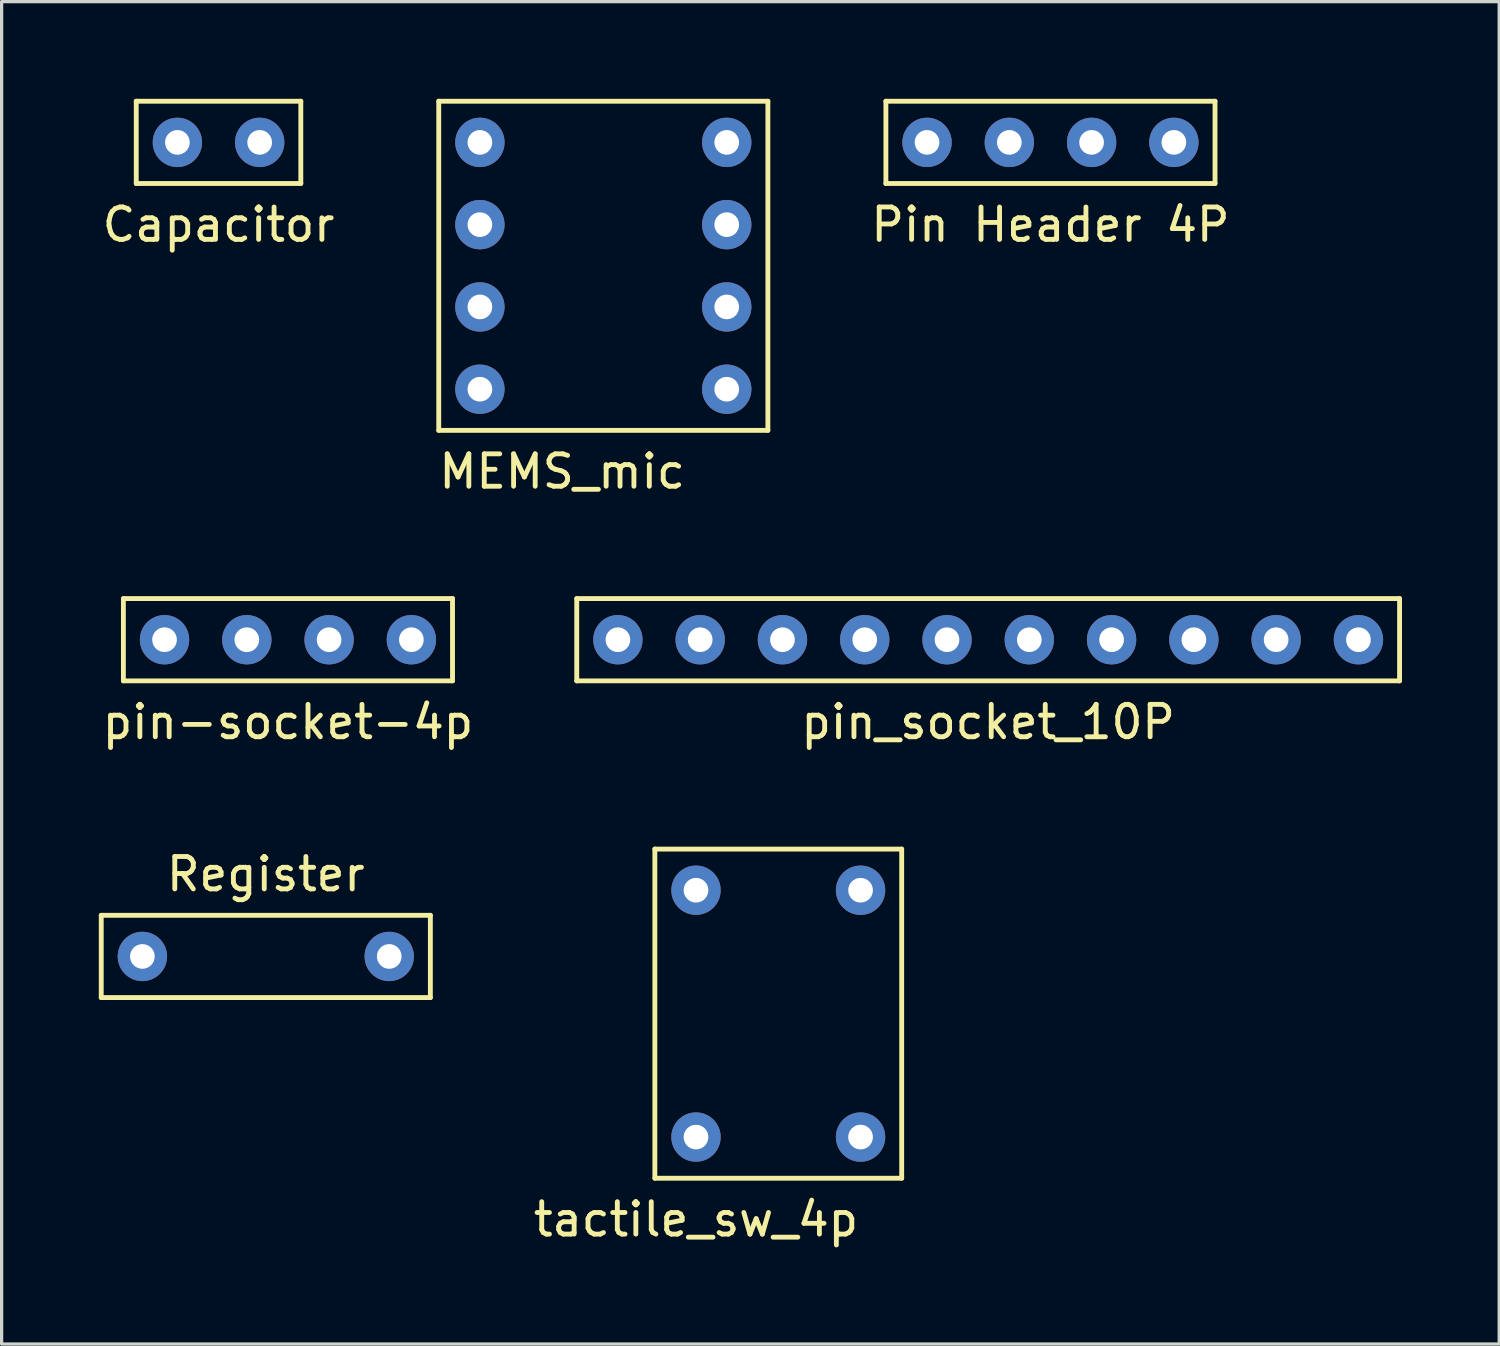
<source format=kicad_pcb>
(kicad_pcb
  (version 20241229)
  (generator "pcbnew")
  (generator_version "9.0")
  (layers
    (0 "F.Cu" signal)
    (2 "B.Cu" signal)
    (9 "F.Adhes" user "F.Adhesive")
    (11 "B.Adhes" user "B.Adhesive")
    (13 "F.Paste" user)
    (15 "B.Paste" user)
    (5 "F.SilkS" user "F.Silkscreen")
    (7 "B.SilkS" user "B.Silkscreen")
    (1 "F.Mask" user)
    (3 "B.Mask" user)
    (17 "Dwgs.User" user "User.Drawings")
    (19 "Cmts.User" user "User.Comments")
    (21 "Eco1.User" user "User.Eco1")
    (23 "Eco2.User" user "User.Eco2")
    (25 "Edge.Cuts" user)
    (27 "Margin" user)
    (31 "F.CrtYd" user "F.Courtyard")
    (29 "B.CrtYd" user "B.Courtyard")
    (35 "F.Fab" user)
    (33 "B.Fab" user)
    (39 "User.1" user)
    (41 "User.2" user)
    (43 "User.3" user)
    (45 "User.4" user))
  (footprint "pin_socket_10P"
    (layer "F.Cu")
    (at 27.454 16.698)
    (property "Reference" "pin_socket_10P" (at 0 2.54 0) (layer "F.SilkS") (effects (font (size 1 1) (thickness 0.15))))
    (attr through_hole)
    (fp_line (start -12.7 -1.27) (end -12.7 1.27) (stroke (width 0.15) (type solid)) (layer "F.SilkS"))
    (fp_line (start -12.7 1.27) (end 12.7 1.27) (stroke (width 0.15) (type solid)) (layer "F.SilkS"))
    (fp_line (start 12.7 -1.27) (end -12.7 -1.27) (stroke (width 0.15) (type solid)) (layer "F.SilkS"))
    (fp_line (start 12.7 1.27) (end 12.7 -1.27) (stroke (width 0.15) (type solid)) (layer "F.SilkS"))
    (pad "1" thru_hole circle (at -11.43 0) (size 1.524 1.524) (drill 0.762) (layers "*.Cu" "*.Mask"))
    (pad "2" thru_hole circle (at -8.89 0) (size 1.524 1.524) (drill 0.762) (layers "*.Cu" "*.Mask"))
    (pad "3" thru_hole circle (at -6.35 0) (size 1.524 1.524) (drill 0.762) (layers "*.Cu" "*.Mask"))
    (pad "4" thru_hole circle (at -3.81 0) (size 1.524 1.524) (drill 0.762) (layers "*.Cu" "*.Mask"))
    (pad "5" thru_hole circle (at -1.27 0) (size 1.524 1.524) (drill 0.762) (layers "*.Cu" "*.Mask"))
    (pad "6" thru_hole circle (at 1.27 0) (size 1.524 1.524) (drill 0.762) (layers "*.Cu" "*.Mask"))
    (pad "7" thru_hole circle (at 3.81 0) (size 1.524 1.524) (drill 0.762) (layers "*.Cu" "*.Mask"))
    (pad "8" thru_hole circle (at 6.35 0) (size 1.524 1.524) (drill 0.762) (layers "*.Cu" "*.Mask"))
    (pad "9" thru_hole circle (at 8.89 0) (size 1.524 1.524) (drill 0.762) (layers "*.Cu" "*.Mask"))
    (pad "10" thru_hole circle (at 11.43 0) (size 1.524 1.524) (drill 0.762) (layers "*.Cu" "*.Mask")))
  (footprint "tactile_sw_4p"
    (layer "F.Cu")
    (at 20.975 28.241)
    (property "Reference" "tactile_sw_4p" (at -2.54 6.35 0) (layer "F.SilkS") (effects (font (size 1 1) (thickness 0.15))))
    (attr through_hole)
    (fp_line (start -3.81 -5.08) (end -3.81 5.08) (stroke (width 0.15) (type solid)) (layer "F.SilkS"))
    (fp_line (start -3.81 5.08) (end 3.81 5.08) (stroke (width 0.15) (type solid)) (layer "F.SilkS"))
    (fp_line (start 3.81 -5.08) (end -3.81 -5.08) (stroke (width 0.15) (type solid)) (layer "F.SilkS"))
    (fp_line (start 3.81 5.08) (end 3.81 -5.08) (stroke (width 0.15) (type solid)) (layer "F.SilkS"))
    (pad "1" thru_hole circle (at 2.54 -3.81) (size 1.524 1.524) (drill 0.762) (layers "*.Cu" "*.Mask"))
    (pad "2" thru_hole circle (at 2.54 3.81) (size 1.524 1.524) (drill 0.762) (layers "*.Cu" "*.Mask"))
    (pad "3" thru_hole circle (at -2.54 -3.81) (size 1.524 1.524) (drill 0.762) (layers "*.Cu" "*.Mask"))
    (pad "4" thru_hole circle (at -2.54 3.81) (size 1.524 1.524) (drill 0.762) (layers "*.Cu" "*.Mask")))
  (footprint "MEMS_mic"
    (layer "F.Cu")
    (at 15.574 5.155)
    (property "Reference" "MEMS_mic" (at -1.27 6.35 0) (layer "F.SilkS") (effects (font (size 1 1) (thickness 0.15))))
    (attr through_hole)
    (fp_line (start -5.08 -5.08) (end -5.08 5.08) (stroke (width 0.15) (type solid)) (layer "F.SilkS"))
    (fp_line (start -5.08 5.08) (end 5.08 5.08) (stroke (width 0.15) (type solid)) (layer "F.SilkS"))
    (fp_line (start 5.08 -5.08) (end -5.08 -5.08) (stroke (width 0.15) (type solid)) (layer "F.SilkS"))
    (fp_line (start 5.08 5.08) (end 5.08 -5.08) (stroke (width 0.15) (type solid)) (layer "F.SilkS"))
    (pad "1" thru_hole circle (at -3.81 -3.81) (size 1.524 1.524) (drill 0.762) (layers "*.Cu" "*.Mask"))
    (pad "2" thru_hole circle (at -3.81 -1.27) (size 1.524 1.524) (drill 0.762) (layers "*.Cu" "*.Mask"))
    (pad "3" thru_hole circle (at -3.81 1.27) (size 1.524 1.524) (drill 0.762) (layers "*.Cu" "*.Mask"))
    (pad "4" thru_hole circle (at -3.81 3.81) (size 1.524 1.524) (drill 0.762) (layers "*.Cu" "*.Mask"))
    (pad "5" thru_hole circle (at 3.81 3.81) (size 1.524 1.524) (drill 0.762) (layers "*.Cu" "*.Mask"))
    (pad "6" thru_hole circle (at 3.81 1.27) (size 1.524 1.524) (drill 0.762) (layers "*.Cu" "*.Mask"))
    (pad "7" thru_hole circle (at 3.81 -1.27) (size 1.524 1.524) (drill 0.762) (layers "*.Cu" "*.Mask"))
    (pad "8" thru_hole circle (at 3.81 -3.81) (size 1.524 1.524) (drill 0.762) (layers "*.Cu" "*.Mask")))
  (footprint "Register"
    (layer "F.Cu")
    (at 5.155 26.475)
    (property "Reference" "Register" (at 0 -2.54 0) (layer "F.SilkS") (effects (font (size 1 1) (thickness 0.15))))
    (attr through_hole)
    (fp_line (start -5.08 -1.27) (end -5.08 1.27) (stroke (width 0.15) (type solid)) (layer "F.SilkS"))
    (fp_line (start -5.08 -1.27) (end 5.08 -1.27) (stroke (width 0.15) (type solid)) (layer "F.SilkS"))
    (fp_line (start -5.08 1.27) (end 5.08 1.27) (stroke (width 0.15) (type solid)) (layer "F.SilkS"))
    (fp_line (start 5.08 1.27) (end 5.08 -1.27) (stroke (width 0.15) (type solid)) (layer "F.SilkS"))
    (pad "1" thru_hole circle (at -3.81 0) (size 1.524 1.524) (drill 0.762) (layers "*.Cu" "*.Mask"))
    (pad "2" thru_hole circle (at 3.81 0) (size 1.524 1.524) (drill 0.762) (layers "*.Cu" "*.Mask")))
  (footprint "pin-socket-4p"
    (layer "F.Cu")
    (at 5.839 16.698)
    (property "Reference" "pin-socket-4p" (at 0 2.54 0) (layer "F.SilkS") (effects (font (size 1 1) (thickness 0.15))))
    (attr through_hole)
    (fp_line (start -5.08 -1.27) (end -5.08 1.27) (stroke (width 0.15) (type solid)) (layer "F.SilkS"))
    (fp_line (start -5.08 1.27) (end 5.08 1.27) (stroke (width 0.15) (type solid)) (layer "F.SilkS"))
    (fp_line (start 5.08 -1.27) (end -5.08 -1.27) (stroke (width 0.15) (type solid)) (layer "F.SilkS"))
    (fp_line (start 5.08 1.27) (end 5.08 -1.27) (stroke (width 0.15) (type solid)) (layer "F.SilkS"))
    (pad "1" thru_hole circle (at -3.81 0) (size 1.524 1.524) (drill 0.762) (layers "*.Cu" "*.Mask"))
    (pad "2" thru_hole circle (at -1.27 0) (size 1.524 1.524) (drill 0.762) (layers "*.Cu" "*.Mask"))
    (pad "3" thru_hole circle (at 1.27 0) (size 1.524 1.524) (drill 0.762) (layers "*.Cu" "*.Mask"))
    (pad "4" thru_hole circle (at 3.81 0) (size 1.524 1.524) (drill 0.762) (layers "*.Cu" "*.Mask")))
  (footprint "Pin Header 4P"
    (layer "F.Cu")
    (at 29.377 1.345)
    (property "Reference" "Pin Header 4P" (at 0 2.54 0) (layer "F.SilkS") (effects (font (size 1 1) (thickness 0.15))))
    (attr through_hole)
    (fp_line (start -5.08 -1.27) (end -5.08 1.27) (stroke (width 0.15) (type solid)) (layer "F.SilkS"))
    (fp_line (start -5.08 1.27) (end 5.08 1.27) (stroke (width 0.15) (type solid)) (layer "F.SilkS"))
    (fp_line (start 5.08 -1.27) (end -5.08 -1.27) (stroke (width 0.15) (type solid)) (layer "F.SilkS"))
    (fp_line (start 5.08 1.27) (end 5.08 -1.27) (stroke (width 0.15) (type solid)) (layer "F.SilkS"))
    (pad "1" thru_hole circle (at -3.81 0) (size 1.524 1.524) (drill 0.762) (layers "*.Cu" "*.Mask"))
    (pad "2" thru_hole circle (at -1.27 0) (size 1.524 1.524) (drill 0.762) (layers "*.Cu" "*.Mask"))
    (pad "3" thru_hole circle (at 1.27 0) (size 1.524 1.524) (drill 0.762) (layers "*.Cu" "*.Mask"))
    (pad "4" thru_hole circle (at 3.81 0) (size 1.524 1.524) (drill 0.762) (layers "*.Cu" "*.Mask")))
  (footprint "Capacitor"
    (layer "F.Cu")
    (at 3.696 1.345)
    (property "Reference" "Capacitor" (at 0 2.54 0) (layer "F.SilkS") (effects (font (size 1 1) (thickness 0.15))))
    (attr through_hole)
    (fp_line (start -2.54 -1.27) (end -2.54 1.27) (stroke (width 0.15) (type solid)) (layer "F.SilkS"))
    (fp_line (start -2.54 1.27) (end 2.54 1.27) (stroke (width 0.15) (type solid)) (layer "F.SilkS"))
    (fp_line (start 2.54 -1.27) (end -2.54 -1.27) (stroke (width 0.15) (type solid)) (layer "F.SilkS"))
    (fp_line (start 2.54 1.27) (end 2.54 -1.27) (stroke (width 0.15) (type solid)) (layer "F.SilkS"))
    (pad "1" thru_hole circle (at -1.27 0) (size 1.524 1.524) (drill 0.762) (layers "*.Cu" "*.Mask"))
    (pad "2" thru_hole circle (at 1.27 0) (size 1.524 1.524) (drill 0.762) (layers "*.Cu" "*.Mask")))
  (gr_rect
    (start -3 -3)
    (end 43.229 38.44)
    (stroke (width 0.1) (type default))
    (fill no)
    (layer "Edge.Cuts")))
</source>
